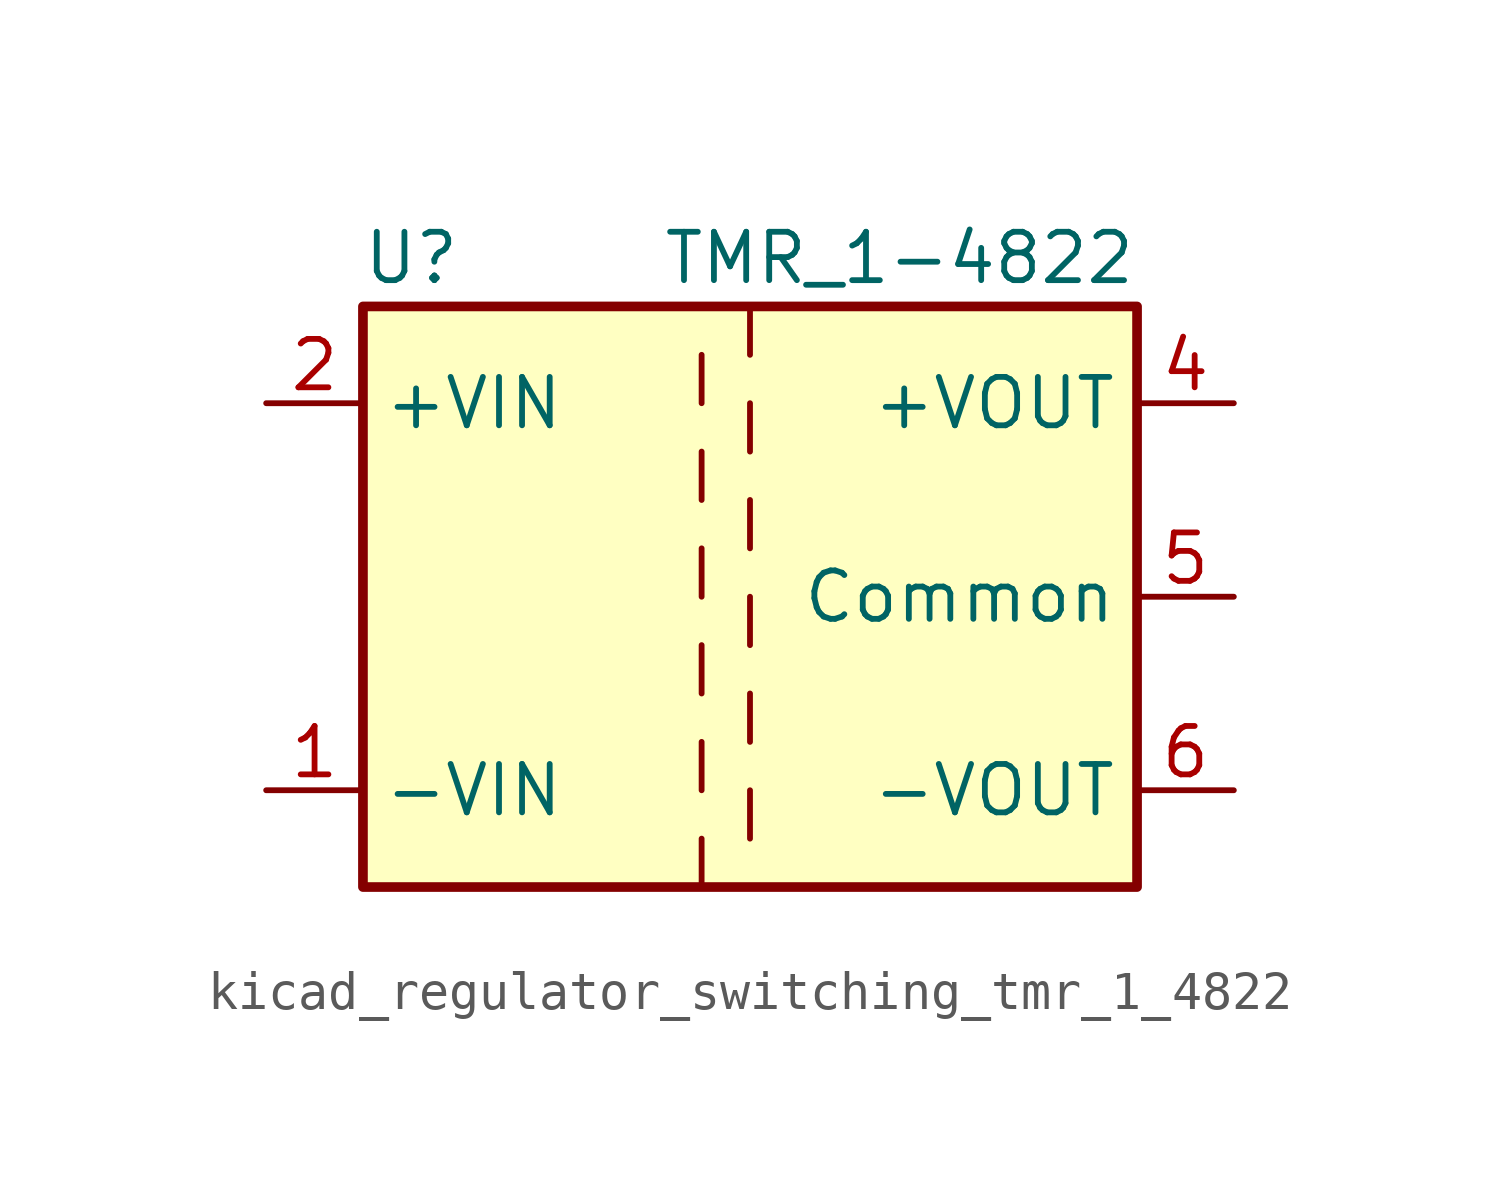
<source format=kicad_sym>
(kicad_symbol_lib
  (version 20220914)
  (generator kicad_symbol_editor)
  (symbol "kicad_regulator_switching_tmr_1_4822"
    (property "Reference" "U"
      (at -8.89 8.89 0)
      (effects (font (size 1.27 1.27))))
    (property "Value" "TMR_1-4822"
      (at 10.16 8.89 0)
      (effects (font (size 1.27 1.27)) (justify right)))
    (symbol "kicad_regulator_switching_tmr_1_4822_0_1"
      (rectangle (start -10.16 7.62) (end 10.16 -7.62) (stroke (width 0.254) (type default)) (fill (type background)))
      (polyline (pts (xy -1.27 -6.35) (xy -1.27 -7.62)) (stroke (width 0) (type default)) (fill (type none)))
      (polyline (pts (xy -1.27 -3.81) (xy -1.27 -5.08)) (stroke (width 0) (type default)) (fill (type none)))
      (polyline (pts (xy -1.27 -1.27) (xy -1.27 -2.54)) (stroke (width 0) (type default)) (fill (type none)))
      (polyline (pts (xy -1.27 1.27) (xy -1.27 0)) (stroke (width 0) (type default)) (fill (type none)))
      (polyline (pts (xy -1.27 3.81) (xy -1.27 2.54)) (stroke (width 0) (type default)) (fill (type none)))
      (polyline (pts (xy -1.27 6.35) (xy -1.27 5.08)) (stroke (width 0) (type default)) (fill (type none)))
      (polyline (pts (xy 0 -5.08) (xy 0 -6.35)) (stroke (width 0) (type default)) (fill (type none)))
      (polyline (pts (xy 0 -2.54) (xy 0 -3.81)) (stroke (width 0) (type default)) (fill (type none)))
      (polyline (pts (xy 0 0) (xy 0 -1.27)) (stroke (width 0) (type default)) (fill (type none)))
      (polyline (pts (xy 0 2.54) (xy 0 1.27)) (stroke (width 0) (type default)) (fill (type none)))
      (polyline (pts (xy 0 5.08) (xy 0 3.81)) (stroke (width 0) (type default)) (fill (type none)))
      (polyline (pts (xy 0 7.62) (xy 0 6.35)) (stroke (width 0) (type default)) (fill (type none))))
    (symbol "kicad_regulator_switching_tmr_1_4822_1_1"
      (pin power_in line (at -12.7 -5.08 0) (length 2.54) (name "-VIN" (effects (font (size 1.27 1.27)))) (number "1" (effects (font (size 1.27 1.27)))))
      (pin power_in line (at -12.7 5.08 0) (length 2.54) (name "+VIN" (effects (font (size 1.27 1.27)))) (number "2" (effects (font (size 1.27 1.27)))))
      (pin power_out line (at 12.7 5.08 180) (length 2.54) (name "+VOUT" (effects (font (size 1.27 1.27)))) (number "4" (effects (font (size 1.27 1.27)))))
      (pin power_out line (at 12.7 0 180) (length 2.54) (name "Common" (effects (font (size 1.27 1.27)))) (number "5" (effects (font (size 1.27 1.27)))))
      (pin power_out line (at 12.7 -5.08 180) (length 2.54) (name "-VOUT" (effects (font (size 1.27 1.27)))) (number "6" (effects (font (size 1.27 1.27))))))))
</source>
